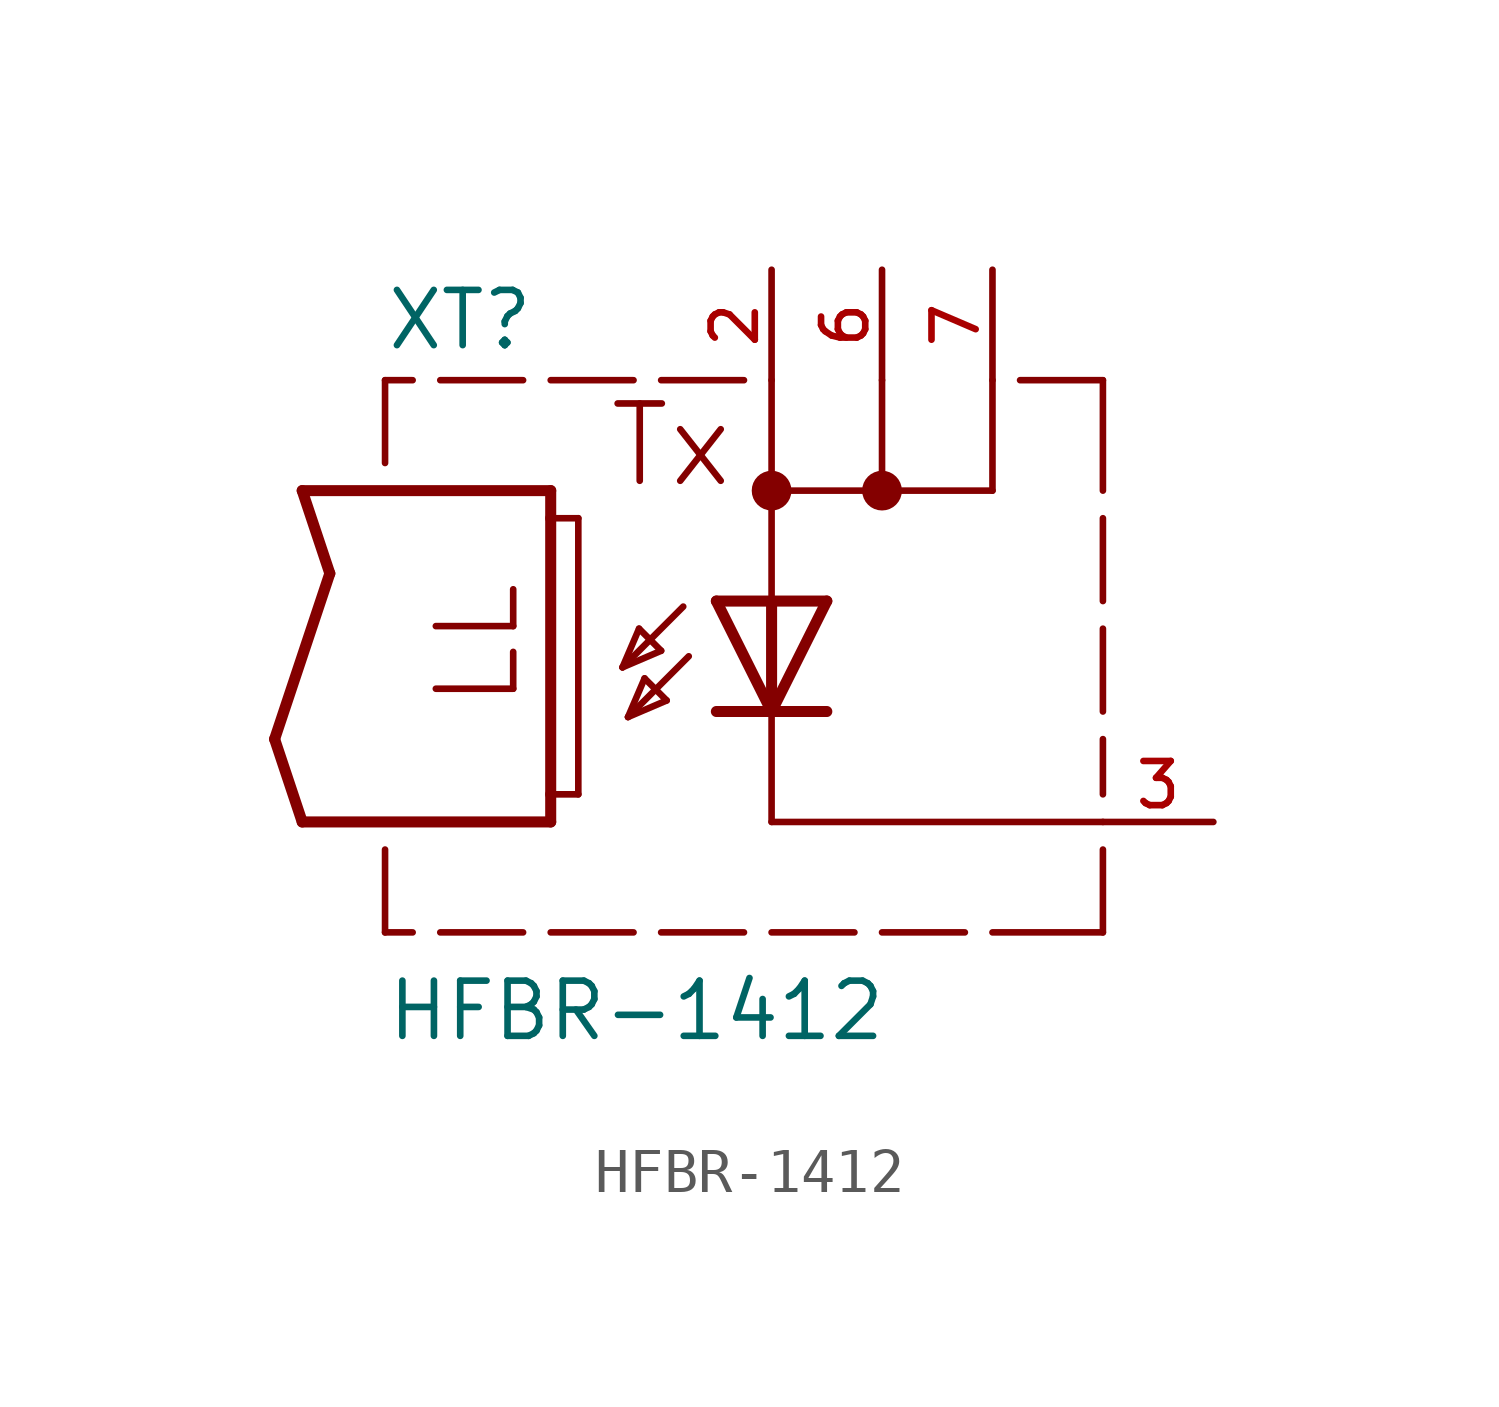
<source format=kicad_sym>
(kicad_symbol_lib
  (version 20211014)
  (generator kicad_symbol_editor)
  (symbol "HFBR-1412"
    (pin_names
      (offset 1.016))
    (property "Reference" "XT"
      (at -8.898 8.263 0)
      (effects (font (size 1.27 1.27)) (justify bottom left)))
    (property "Value" "HFBR-1412"
      (at -8.894 -7.623 0)
      (effects (font (size 1.27 1.27)) (justify bottom left)))
    (symbol "HFBR-1412_0_0"
      (polyline (pts (xy 1.27 2.54) (xy 0.0 0.0)) (stroke (width 0.254)))
      (polyline (pts (xy 0.0 0.0) (xy -1.27 2.54)) (stroke (width 0.254)))
      (polyline (pts (xy 1.27 0.0) (xy 0.0 0.0)) (stroke (width 0.254)))
      (polyline (pts (xy 0.0 0.0) (xy -1.27 0.0)) (stroke (width 0.254)))
      (polyline (pts (xy 1.27 2.54) (xy 0.0 2.54)) (stroke (width 0.254)))
      (polyline (pts (xy 0.0 2.54) (xy -1.27 2.54)) (stroke (width 0.254)))
      (polyline (pts (xy 0.0 2.54) (xy 0.0 0.0)) (stroke (width 0.254)))
      (polyline (pts (xy -2.032 2.413) (xy -3.429 1.016)) (stroke (width 0.152)))
      (polyline (pts (xy -3.429 1.016) (xy -2.54 1.397)) (stroke (width 0.152)))
      (polyline (pts (xy -2.54 1.397) (xy -3.048 1.905)) (stroke (width 0.152)))
      (polyline (pts (xy -3.048 1.905) (xy -3.429 1.016)) (stroke (width 0.152)))
      (polyline (pts (xy -3.302 -0.127) (xy -2.413 0.254)) (stroke (width 0.152)))
      (polyline (pts (xy -2.413 0.254) (xy -2.921 0.762)) (stroke (width 0.152)))
      (polyline (pts (xy -2.921 0.762) (xy -3.302 -0.127)) (stroke (width 0.152)))
      (polyline (pts (xy -1.905 1.27) (xy -3.302 -0.127)) (stroke (width 0.152)))
      (polyline (pts (xy -10.795 5.08) (xy -5.08 5.08)) (stroke (width 0.254)))
      (polyline (pts (xy -5.08 5.08) (xy -5.08 4.445)) (stroke (width 0.254)))
      (polyline (pts (xy -5.08 -2.54) (xy -10.795 -2.54)) (stroke (width 0.254)))
      (polyline (pts (xy -10.795 -2.54) (xy -11.43 -0.635)) (stroke (width 0.254)))
      (polyline (pts (xy -11.43 -0.635) (xy -10.16 3.175)) (stroke (width 0.254)))
      (polyline (pts (xy -10.16 3.175) (xy -10.795 5.08)) (stroke (width 0.254)))
      (polyline (pts (xy 5.08 5.08) (xy 2.54 5.08)) (stroke (width 0.152)))
      (polyline (pts (xy -5.08 4.445) (xy -4.445 4.445)) (stroke (width 0.152)))
      (polyline (pts (xy -5.08 4.445) (xy -5.08 -1.905)) (stroke (width 0.254)))
      (polyline (pts (xy -4.445 4.445) (xy -4.445 -1.905)) (stroke (width 0.152)))
      (polyline (pts (xy -4.445 -1.905) (xy -5.08 -1.905)) (stroke (width 0.152)))
      (polyline (pts (xy -5.08 -1.905) (xy -5.08 -2.54)) (stroke (width 0.254)))
      (polyline (pts (xy 0.0 2.54) (xy 0.0 5.08)) (stroke (width 0.152)))
      (polyline (pts (xy 0.0 5.08) (xy 0.0 7.62)) (stroke (width 0.152)))
      (polyline (pts (xy 2.54 5.08) (xy 2.54 7.62)) (stroke (width 0.152)))
      (polyline (pts (xy 2.54 5.08) (xy 0.0 5.08)) (stroke (width 0.152)))
      (polyline (pts (xy 5.08 5.08) (xy 5.08 7.62)) (stroke (width 0.152)))
      (polyline (pts (xy -8.89 5.715) (xy -8.89 7.62)) (stroke (width 0.152)))
      (polyline (pts (xy -8.89 7.62) (xy -8.255 7.62)) (stroke (width 0.152)))
      (polyline (pts (xy -5.08 7.62) (xy -3.175 7.62)) (stroke (width 0.152)))
      (polyline (pts (xy -2.54 7.62) (xy -0.635 7.62)) (stroke (width 0.152)))
      (polyline (pts (xy -8.89 -3.175) (xy -8.89 -5.08)) (stroke (width 0.152)))
      (polyline (pts (xy -8.89 -5.08) (xy -8.255 -5.08)) (stroke (width 0.152)))
      (polyline (pts (xy -5.08 -5.08) (xy -3.175 -5.08)) (stroke (width 0.152)))
      (polyline (pts (xy -2.54 -5.08) (xy -0.635 -5.08)) (stroke (width 0.152)))
      (polyline (pts (xy 0.0 -5.08) (xy 1.905 -5.08)) (stroke (width 0.152)))
      (polyline (pts (xy 5.715 7.62) (xy 7.62 7.62)) (stroke (width 0.152)))
      (polyline (pts (xy -7.62 -5.08) (xy -5.715 -5.08)) (stroke (width 0.152)))
      (polyline (pts (xy -7.62 7.62) (xy -5.715 7.62)) (stroke (width 0.152)))
      (polyline (pts (xy 7.62 5.08) (xy 7.62 7.62)) (stroke (width 0.152)))
      (polyline (pts (xy 7.62 2.54) (xy 7.62 4.445)) (stroke (width 0.152)))
      (polyline (pts (xy 7.62 0.0) (xy 7.62 1.905)) (stroke (width 0.152)))
      (polyline (pts (xy 7.62 -1.905) (xy 7.62 -0.635)) (stroke (width 0.152)))
      (polyline (pts (xy 7.62 -5.08) (xy 7.62 -3.175)) (stroke (width 0.152)))
      (polyline (pts (xy 2.54 -5.08) (xy 4.445 -5.08)) (stroke (width 0.152)))
      (polyline (pts (xy 5.08 -5.08) (xy 7.62 -5.08)) (stroke (width 0.152)))
      (polyline (pts (xy 7.62 -2.54) (xy 0.0 -2.54)) (stroke (width 0.152)))
      (polyline (pts (xy 0.0 -2.54) (xy 0.0 0.0)) (stroke (width 0.152)))
      (circle (center 0.0 5.08) (radius 0.254) (stroke (width 0.406)) (fill (type none)))
      (circle (center 2.54 5.08) (radius 0.254) (stroke (width 0.406)) (fill (type none)))
      (text "LL" (at -5.717 0.0 900) (effects (font (size 1.779 1.779)) (justify bottom left)))
      (text "Tx" (at -3.81 5.081 0) (effects (font (size 1.778 1.778)) (justify bottom left)))
      (pin passive line (at 10.16 -2.54 180.0) (length 2.54) (name "~" (effects (font (size 1.016 1.016)))) (number "3" (effects (font (size 1.016 1.016)))))
      (pin passive line (at 0.0 10.16 270.0) (length 2.54) (name "~" (effects (font (size 1.016 1.016)))) (number "2" (effects (font (size 1.016 1.016)))))
      (pin passive line (at 2.54 10.16 270.0) (length 2.54) (name "~" (effects (font (size 1.016 1.016)))) (number "6" (effects (font (size 1.016 1.016)))))
      (pin passive line (at 5.08 10.16 270.0) (length 2.54) (name "~" (effects (font (size 1.016 1.016)))) (number "7" (effects (font (size 1.016 1.016))))))))
</source>
